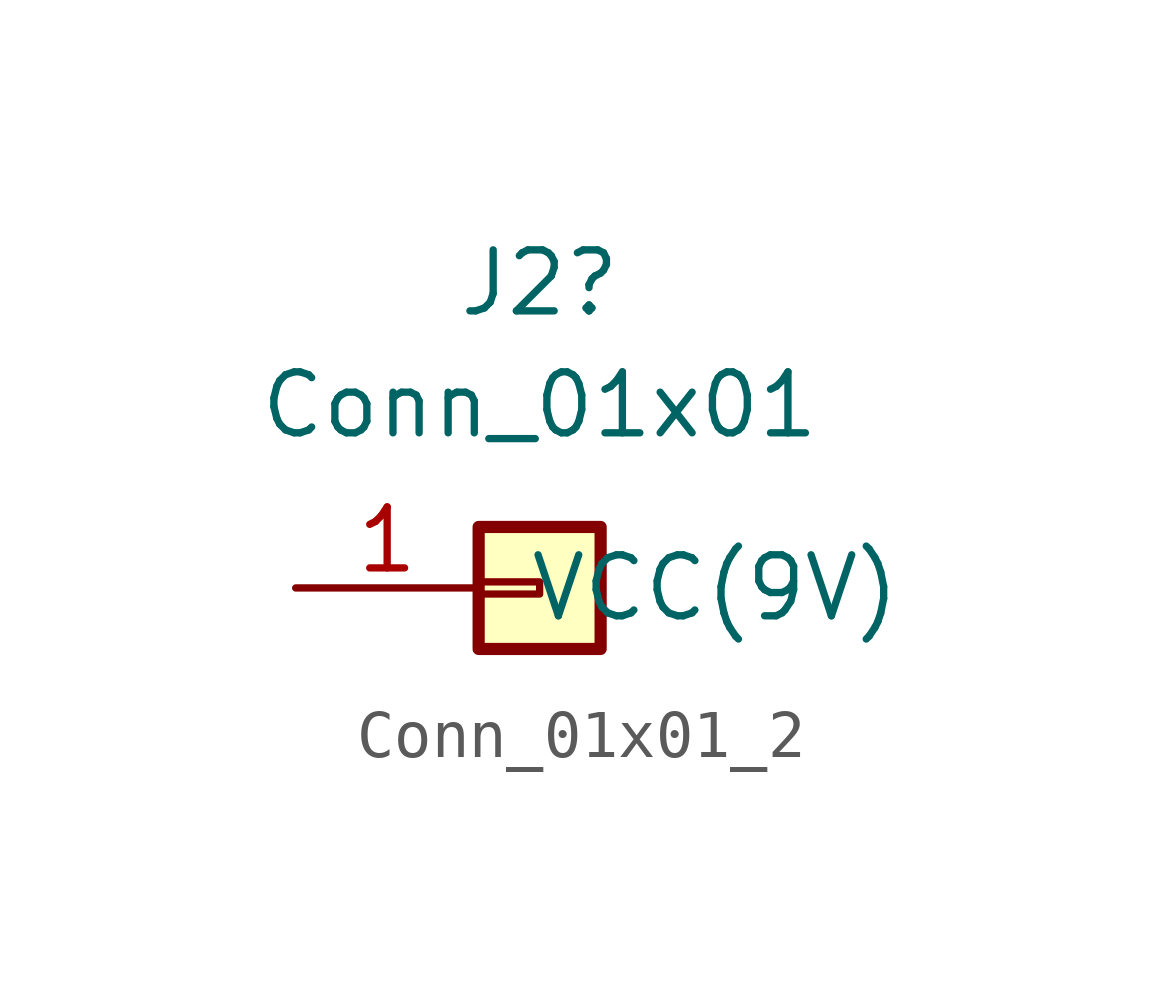
<source format=kicad_sym>
(kicad_symbol_lib
  (version 20211014)
  (generator kicad_symbol_editor)
  (symbol "Conn_01x01_2"
    (pin_names
      (offset 1.016))
    (property "Reference" "J2"
      (at 0 6.35 0)
      (effects (font (size 1.27 1.27))))
    (property "Value" "Conn_01x01"
      (at 0 3.81 0)
      (effects (font (size 1.27 1.27))))
    (symbol "Conn_01x01_2_1_1"
      (rectangle (start -1.27 0.127) (end 0 -0.127) (stroke (width 0.152) (type default) (color 0 0 0 0)) (fill (type none)))
      (rectangle (start -1.27 1.27) (end 1.27 -1.27) (stroke (width 0.254) (type default) (color 0 0 0 0)) (fill (type background)))
      (pin power_out line (at -5.08 0 0) (length 3.81) (name "VCC(9V)" (effects (font (size 1.27 1.27)))) (number "1" (effects (font (size 1.27 1.27))))))))
</source>
